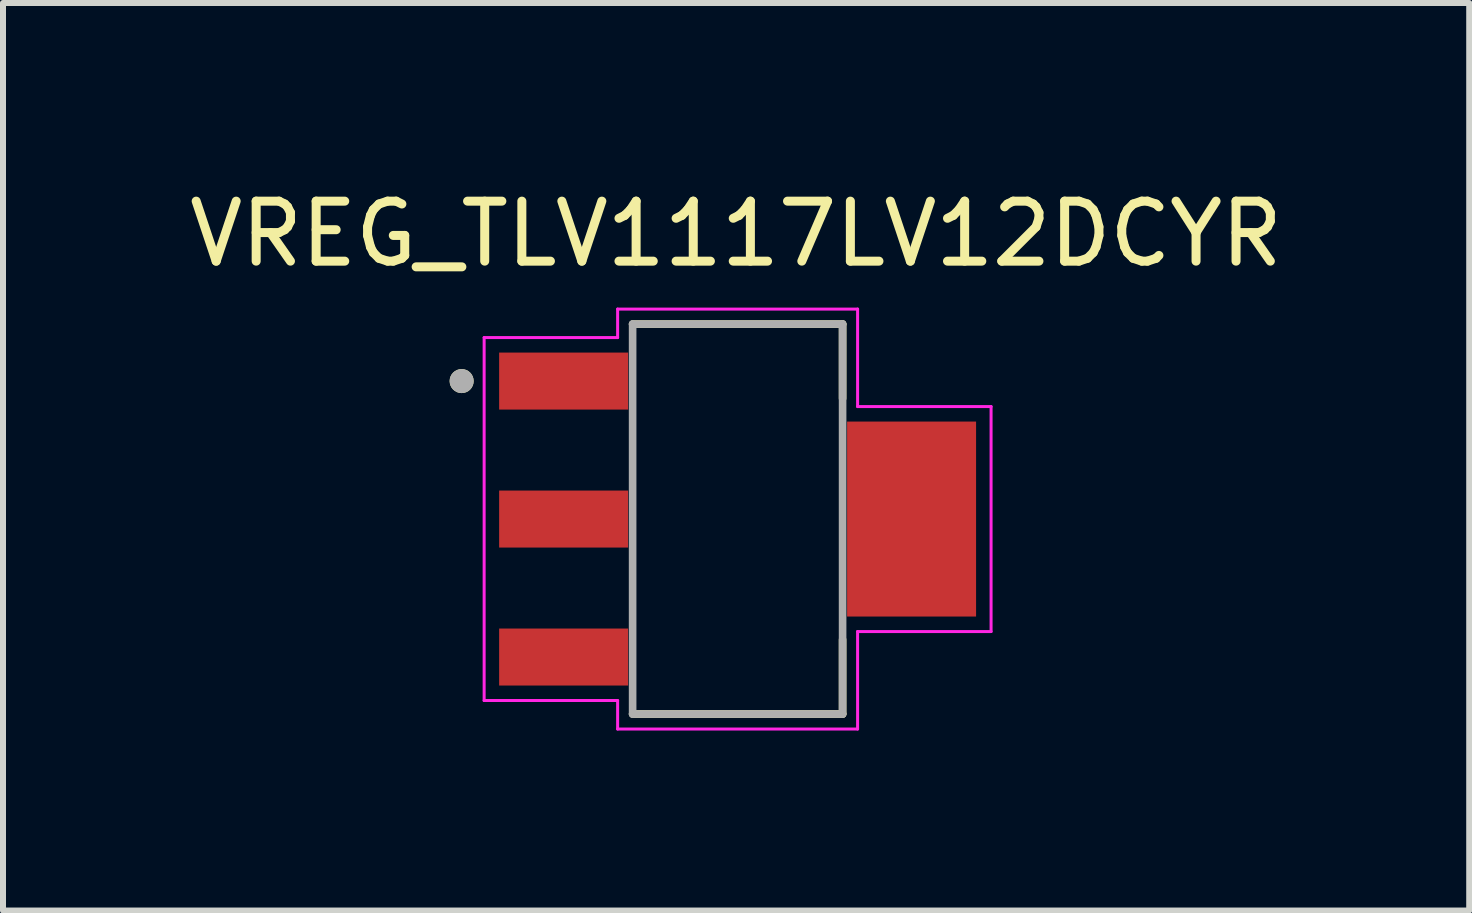
<source format=kicad_pcb>
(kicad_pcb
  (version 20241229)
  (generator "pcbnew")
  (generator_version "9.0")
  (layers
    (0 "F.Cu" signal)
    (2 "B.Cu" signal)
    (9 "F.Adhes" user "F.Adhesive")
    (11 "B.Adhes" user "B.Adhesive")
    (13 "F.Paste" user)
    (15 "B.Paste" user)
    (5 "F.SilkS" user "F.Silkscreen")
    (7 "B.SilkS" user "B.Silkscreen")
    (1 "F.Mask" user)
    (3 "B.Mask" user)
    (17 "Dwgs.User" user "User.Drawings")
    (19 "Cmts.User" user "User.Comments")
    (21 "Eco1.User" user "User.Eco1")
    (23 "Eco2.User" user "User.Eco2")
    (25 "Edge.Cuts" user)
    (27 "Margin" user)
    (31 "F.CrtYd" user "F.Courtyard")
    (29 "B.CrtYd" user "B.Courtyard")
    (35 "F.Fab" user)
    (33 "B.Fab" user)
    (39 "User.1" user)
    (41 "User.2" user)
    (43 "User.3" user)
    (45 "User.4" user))
  (footprint "VREG_TLV1117LV12DCYR"
    (layer "F.Cu")
    (at 9.245 5.602)
    (property "Reference" "VREG_TLV1117LV12DCYR" (at -0.025 -4.754 0) (layer "F.SilkS") (effects (font (size 1 1) (thickness 0.15))))
    (attr smd)
    (fp_line (start -1.75 -3.25) (end 1.75 -3.25) (stroke (width 0.127) (type solid)) (layer "F.SilkS"))
    (fp_line (start -1.75 3.25) (end 1.75 3.25) (stroke (width 0.127) (type solid)) (layer "F.SilkS"))
    (fp_line (start 1.75 -3.25) (end 1.75 -2.01) (stroke (width 0.127) (type solid)) (layer "F.SilkS"))
    (fp_line (start 1.75 3.25) (end 1.75 2.01) (stroke (width 0.127) (type solid)) (layer "F.SilkS"))
    (fp_circle (center -4.6 -2.3) (end -4.5 -2.3) (stroke (width 0.2) (type solid)) (fill no) (layer "F.SilkS"))
    (fp_line (start -4.225 -3.025) (end -4.225 3.025) (stroke (width 0.05) (type solid)) (layer "F.CrtYd"))
    (fp_line (start -4.225 3.025) (end -2 3.025) (stroke (width 0.05) (type solid)) (layer "F.CrtYd"))
    (fp_line (start -2 -3.5) (end -2 -3.025) (stroke (width 0.05) (type solid)) (layer "F.CrtYd"))
    (fp_line (start -2 -3.025) (end -4.225 -3.025) (stroke (width 0.05) (type solid)) (layer "F.CrtYd"))
    (fp_line (start -2 3.025) (end -2 3.5) (stroke (width 0.05) (type solid)) (layer "F.CrtYd"))
    (fp_line (start -2 3.5) (end 2 3.5) (stroke (width 0.05) (type solid)) (layer "F.CrtYd"))
    (fp_line (start 2 -3.5) (end -2 -3.5) (stroke (width 0.05) (type solid)) (layer "F.CrtYd"))
    (fp_line (start 2 -1.875) (end 2 -3.5) (stroke (width 0.05) (type solid)) (layer "F.CrtYd"))
    (fp_line (start 2 1.875) (end 4.225 1.875) (stroke (width 0.05) (type solid)) (layer "F.CrtYd"))
    (fp_line (start 2 3.5) (end 2 1.875) (stroke (width 0.05) (type solid)) (layer "F.CrtYd"))
    (fp_line (start 4.225 -1.875) (end 2 -1.875) (stroke (width 0.05) (type solid)) (layer "F.CrtYd"))
    (fp_line (start 4.225 1.875) (end 4.225 -1.875) (stroke (width 0.05) (type solid)) (layer "F.CrtYd"))
    (fp_line (start -1.75 -3.25) (end -1.75 3.25) (stroke (width 0.127) (type solid)) (layer "F.Fab"))
    (fp_line (start 1.75 -3.25) (end -1.75 -3.25) (stroke (width 0.127) (type solid)) (layer "F.Fab"))
    (fp_line (start 1.75 -3.25) (end 1.75 3.25) (stroke (width 0.127) (type solid)) (layer "F.Fab"))
    (fp_line (start 1.75 3.25) (end -1.75 3.25) (stroke (width 0.127) (type solid)) (layer "F.Fab"))
    (fp_circle (center -4.6 -2.3) (end -4.5 -2.3) (stroke (width 0.2) (type solid)) (fill no) (layer "F.Fab"))
    (pad "1" smd rect (at -2.9 -2.3) (size 2.15 0.95) (layers "F.Cu" "F.Mask" "F.Paste"))
    (pad "2" smd rect (at -2.9 0) (size 2.15 0.95) (layers "F.Cu" "F.Mask" "F.Paste"))
    (pad "3" smd rect (at -2.9 2.3) (size 2.15 0.95) (layers "F.Cu" "F.Mask" "F.Paste"))
    (pad "4" smd rect (at 2.9 0) (size 2.15 3.25) (layers "F.Cu" "F.Mask" "F.Paste")))
  (gr_rect
    (start -3 -3)
    (end 21.44 12.127)
    (stroke (width 0.1) (type default))
    (fill no)
    (layer "Edge.Cuts")))
</source>
